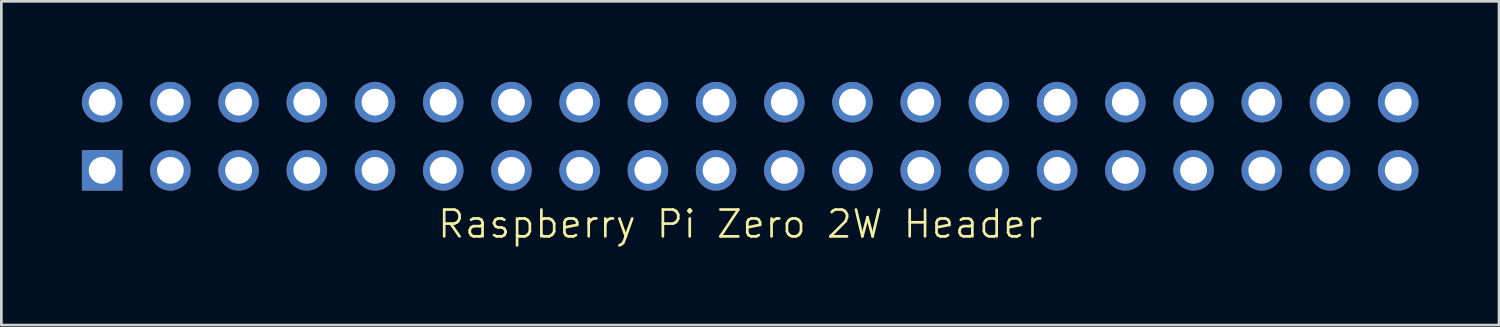
<source format=kicad_pcb>
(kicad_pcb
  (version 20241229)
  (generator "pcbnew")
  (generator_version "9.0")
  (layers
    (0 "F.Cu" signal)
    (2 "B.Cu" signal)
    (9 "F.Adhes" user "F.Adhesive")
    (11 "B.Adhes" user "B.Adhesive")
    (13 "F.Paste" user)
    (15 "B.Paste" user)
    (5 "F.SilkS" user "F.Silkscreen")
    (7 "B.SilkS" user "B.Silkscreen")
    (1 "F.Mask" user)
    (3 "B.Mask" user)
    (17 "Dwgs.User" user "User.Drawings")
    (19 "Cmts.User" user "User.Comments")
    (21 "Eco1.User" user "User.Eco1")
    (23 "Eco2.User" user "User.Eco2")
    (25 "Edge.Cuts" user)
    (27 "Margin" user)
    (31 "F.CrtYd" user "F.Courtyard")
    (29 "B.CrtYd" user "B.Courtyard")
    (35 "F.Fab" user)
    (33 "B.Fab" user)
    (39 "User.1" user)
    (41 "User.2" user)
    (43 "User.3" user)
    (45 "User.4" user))
  (footprint "Raspberry Pi Zero 2W Header"
    (layer "F.Cu")
    (at 24.514 5.794)
    (property "Reference" "Raspberry Pi Zero 2W Header" (at 0 -0.5 0) (unlocked yes) (layer "F.SilkS") (effects (font (size 1 1) (thickness 0.1))))
    (attr through_hole)
    (pad "1" thru_hole rect (at -23.76 -2.5) (size 1.508 1.508) (drill 1) (layers "*.Cu" "*.Mask"))
    (pad "2" thru_hole circle (at -23.76 -5.04) (size 1.508 1.508) (drill 1) (layers "*.Cu" "*.Mask"))
    (pad "3" thru_hole circle (at -21.22 -2.5) (size 1.508 1.508) (drill 1) (layers "*.Cu" "*.Mask"))
    (pad "4" thru_hole circle (at -21.22 -5.04) (size 1.508 1.508) (drill 1) (layers "*.Cu" "*.Mask"))
    (pad "5" thru_hole circle (at -18.68 -2.5) (size 1.508 1.508) (drill 1) (layers "*.Cu" "*.Mask"))
    (pad "6" thru_hole circle (at -18.68 -5.04) (size 1.508 1.508) (drill 1) (layers "*.Cu" "*.Mask"))
    (pad "7" thru_hole circle (at -16.14 -2.5) (size 1.508 1.508) (drill 1) (layers "*.Cu" "*.Mask"))
    (pad "8" thru_hole circle (at -16.14 -5.04) (size 1.508 1.508) (drill 1) (layers "*.Cu" "*.Mask"))
    (pad "9" thru_hole circle (at -13.6 -2.5) (size 1.508 1.508) (drill 1) (layers "*.Cu" "*.Mask"))
    (pad "10" thru_hole circle (at -13.6 -5.04) (size 1.508 1.508) (drill 1) (layers "*.Cu" "*.Mask"))
    (pad "11" thru_hole circle (at -11.06 -2.5) (size 1.508 1.508) (drill 1) (layers "*.Cu" "*.Mask"))
    (pad "12" thru_hole circle (at -11.06 -5.04) (size 1.508 1.508) (drill 1) (layers "*.Cu" "*.Mask"))
    (pad "13" thru_hole circle (at -8.52 -2.5) (size 1.508 1.508) (drill 1) (layers "*.Cu" "*.Mask"))
    (pad "14" thru_hole circle (at -8.52 -5.04) (size 1.508 1.508) (drill 1) (layers "*.Cu" "*.Mask"))
    (pad "15" thru_hole circle (at -5.98 -2.5) (size 1.508 1.508) (drill 1) (layers "*.Cu" "*.Mask"))
    (pad "16" thru_hole circle (at -5.98 -5.04) (size 1.508 1.508) (drill 1) (layers "*.Cu" "*.Mask"))
    (pad "17" thru_hole circle (at -3.44 -2.5) (size 1.508 1.508) (drill 1) (layers "*.Cu" "*.Mask"))
    (pad "18" thru_hole circle (at -3.44 -5.04) (size 1.508 1.508) (drill 1) (layers "*.Cu" "*.Mask"))
    (pad "19" thru_hole circle (at -0.9 -2.5) (size 1.508 1.508) (drill 1) (layers "*.Cu" "*.Mask"))
    (pad "20" thru_hole circle (at -0.9 -5.04) (size 1.508 1.508) (drill 1) (layers "*.Cu" "*.Mask"))
    (pad "21" thru_hole circle (at 1.64 -2.5) (size 1.508 1.508) (drill 1) (layers "*.Cu" "*.Mask"))
    (pad "22" thru_hole circle (at 1.64 -5.04) (size 1.508 1.508) (drill 1) (layers "*.Cu" "*.Mask"))
    (pad "23" thru_hole circle (at 4.18 -2.5) (size 1.508 1.508) (drill 1) (layers "*.Cu" "*.Mask"))
    (pad "24" thru_hole circle (at 4.18 -5.04) (size 1.508 1.508) (drill 1) (layers "*.Cu" "*.Mask"))
    (pad "25" thru_hole circle (at 6.72 -2.5) (size 1.508 1.508) (drill 1) (layers "*.Cu" "*.Mask"))
    (pad "26" thru_hole circle (at 6.72 -5.04) (size 1.508 1.508) (drill 1) (layers "*.Cu" "*.Mask"))
    (pad "27" thru_hole circle (at 9.26 -2.5) (size 1.508 1.508) (drill 1) (layers "*.Cu" "*.Mask"))
    (pad "28" thru_hole circle (at 9.26 -5.04) (size 1.508 1.508) (drill 1) (layers "*.Cu" "*.Mask"))
    (pad "29" thru_hole circle (at 11.8 -2.5) (size 1.508 1.508) (drill 1) (layers "*.Cu" "*.Mask"))
    (pad "30" thru_hole circle (at 11.8 -5.04) (size 1.508 1.508) (drill 1) (layers "*.Cu" "*.Mask"))
    (pad "31" thru_hole circle (at 14.34 -2.5) (size 1.508 1.508) (drill 1) (layers "*.Cu" "*.Mask"))
    (pad "32" thru_hole circle (at 14.34 -5.04) (size 1.508 1.508) (drill 1) (layers "*.Cu" "*.Mask"))
    (pad "33" thru_hole circle (at 16.88 -2.5) (size 1.508 1.508) (drill 1) (layers "*.Cu" "*.Mask"))
    (pad "34" thru_hole circle (at 16.88 -5.04) (size 1.508 1.508) (drill 1) (layers "*.Cu" "*.Mask"))
    (pad "35" thru_hole circle (at 19.42 -2.5) (size 1.508 1.508) (drill 1) (layers "*.Cu" "*.Mask"))
    (pad "36" thru_hole circle (at 19.42 -5.04) (size 1.508 1.508) (drill 1) (layers "*.Cu" "*.Mask"))
    (pad "37" thru_hole circle (at 21.96 -2.5) (size 1.508 1.508) (drill 1) (layers "*.Cu" "*.Mask"))
    (pad "38" thru_hole circle (at 21.96 -5.04) (size 1.508 1.508) (drill 1) (layers "*.Cu" "*.Mask"))
    (pad "39" thru_hole circle (at 24.5 -2.5) (size 1.508 1.508) (drill 1) (layers "*.Cu" "*.Mask"))
    (pad "40" thru_hole circle (at 24.5 -5.04) (size 1.508 1.508) (drill 1) (layers "*.Cu" "*.Mask")))
  (gr_rect
    (start -3 -3)
    (end 52.768 9.055)
    (stroke (width 0.1) (type default))
    (fill no)
    (layer "Edge.Cuts")))
</source>
